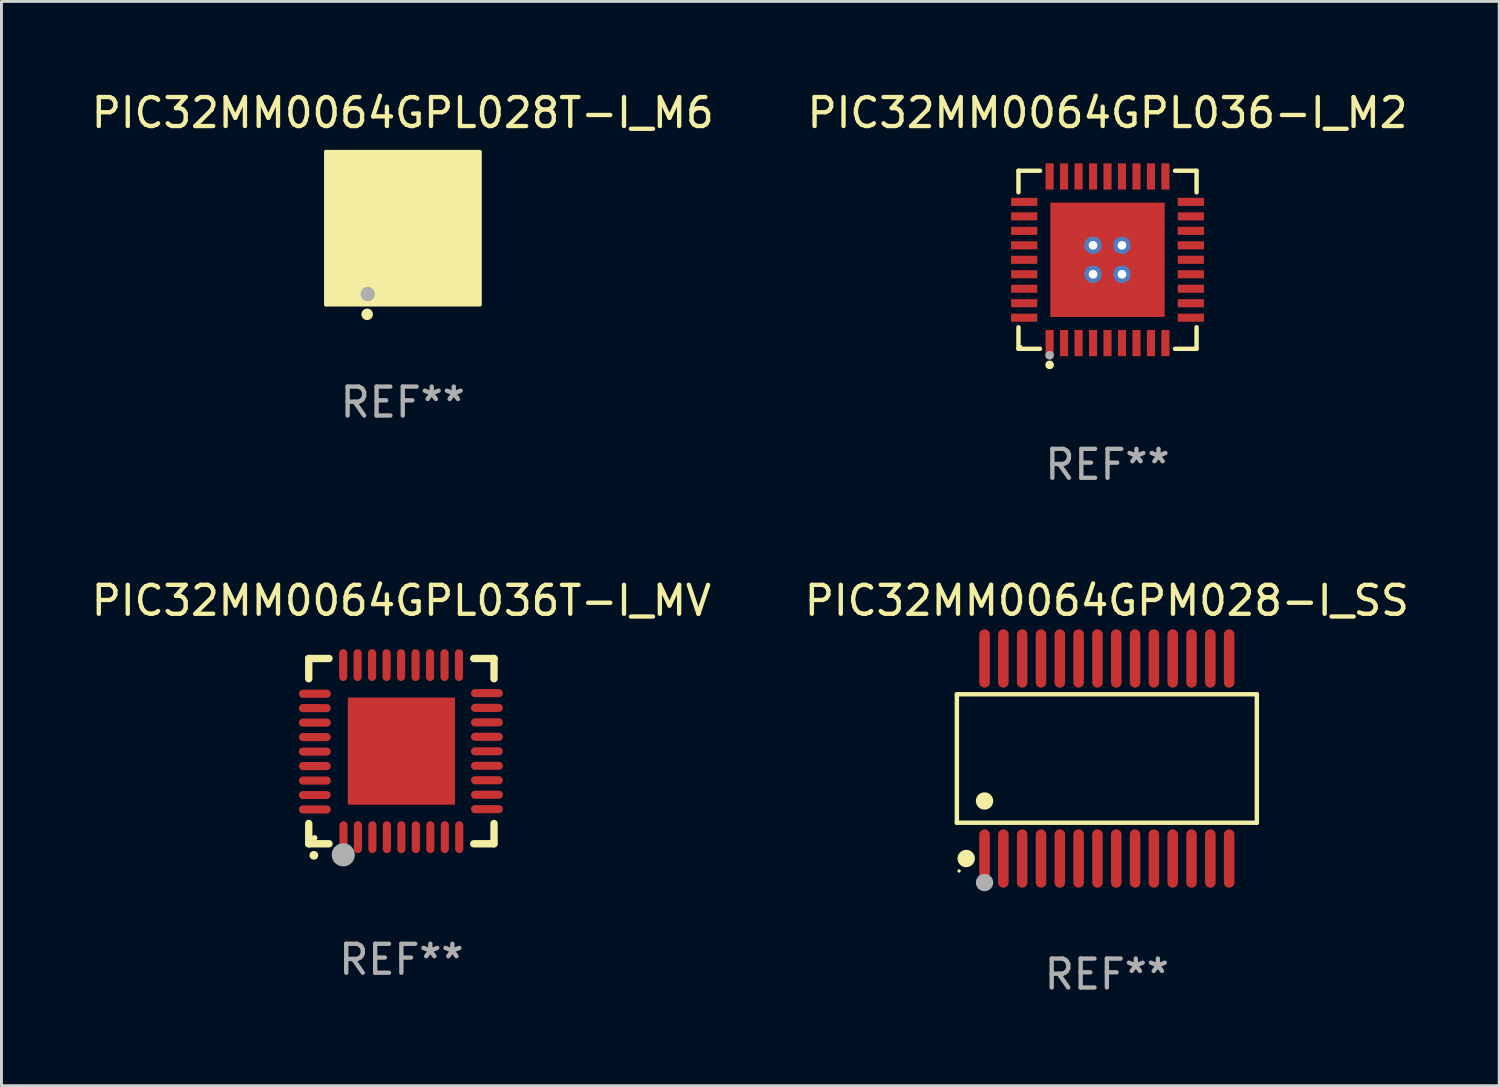
<source format=kicad_pcb>
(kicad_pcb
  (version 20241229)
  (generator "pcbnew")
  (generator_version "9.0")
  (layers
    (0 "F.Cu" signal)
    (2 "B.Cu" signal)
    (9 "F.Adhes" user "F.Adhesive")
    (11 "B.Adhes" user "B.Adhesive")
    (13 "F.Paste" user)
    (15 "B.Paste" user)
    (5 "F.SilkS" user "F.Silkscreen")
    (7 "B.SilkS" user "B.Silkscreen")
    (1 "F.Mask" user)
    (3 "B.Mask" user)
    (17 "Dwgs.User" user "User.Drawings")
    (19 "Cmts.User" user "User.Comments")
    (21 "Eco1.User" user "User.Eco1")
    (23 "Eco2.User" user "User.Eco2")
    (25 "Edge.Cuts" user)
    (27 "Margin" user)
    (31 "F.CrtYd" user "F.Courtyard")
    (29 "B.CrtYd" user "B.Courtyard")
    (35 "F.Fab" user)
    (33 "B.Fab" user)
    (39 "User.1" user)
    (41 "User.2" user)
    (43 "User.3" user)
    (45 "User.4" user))
  (footprint "PIC32MM0064GPL036T-I_MV"
    (layer "F.Cu")
    (at 10.815 22.897)
    (property "Reference" "PIC32MM0064GPL036T-I_MV" (at 0 -5.2 0) (layer "F.SilkS") (effects (font (size 1 1) (thickness 0.15))))
    (attr through_hole)
    (fp_line (start -3.2 -3.2) (end -2.5 -3.2) (stroke (width 0.254) (type solid)) (layer "F.SilkS"))
    (fp_line (start -3.2 -2.5) (end -3.2 -3.2) (stroke (width 0.254) (type solid)) (layer "F.SilkS"))
    (fp_line (start -3.2 3.2) (end -3.2 2.5) (stroke (width 0.254) (type solid)) (layer "F.SilkS"))
    (fp_line (start -2.5 3.2) (end -3.2 3.2) (stroke (width 0.254) (type solid)) (layer "F.SilkS"))
    (fp_line (start 3.2 -3.2) (end 2.5 -3.2) (stroke (width 0.254) (type solid)) (layer "F.SilkS"))
    (fp_line (start 3.2 -2.5) (end 3.2 -3.2) (stroke (width 0.254) (type solid)) (layer "F.SilkS"))
    (fp_line (start 3.2 2.5) (end 3.2 3.2) (stroke (width 0.254) (type solid)) (layer "F.SilkS"))
    (fp_line (start 3.2 3.2) (end 2.5 3.2) (stroke (width 0.254) (type solid)) (layer "F.SilkS"))
    (fp_arc (start -3.025146 3.599187) (mid -3.023876 3.599182) (end -3.022606 3.599187) (stroke (width 0.3) (type solid)) (layer "F.SilkS"))
    (fp_circle (center -3 3) (end -2.95 3) (stroke (width 0.1) (type solid)) (fill no) (layer "F.SilkS"))
    (fp_circle (center -2.007 3.582) (end -1.807 3.582) (stroke (width 0.4) (type solid)) (fill no) (layer "F.Fab"))
    (fp_text user "REF**" (at 0 7.2 0) (layer "F.Fab") (effects (font (size 1 1) (thickness 0.15))))
    (pad "1" smd oval (at -1.999 2.972) (size 0.28 1.1) (layers "F.Cu" "F.Mask" "F.Paste"))
    (pad "2" smd oval (at -1.501 2.972) (size 0.28 1.1) (layers "F.Cu" "F.Mask" "F.Paste"))
    (pad "3" smd oval (at -1.001 2.972) (size 0.28 1.1) (layers "F.Cu" "F.Mask" "F.Paste"))
    (pad "4" smd oval (at -0.501 2.972) (size 0.28 1.1) (layers "F.Cu" "F.Mask" "F.Paste"))
    (pad "5" smd oval (at 0.000102 2.972) (size 0.28 1.1) (layers "F.Cu" "F.Mask" "F.Paste"))
    (pad "6" smd oval (at 0.5 2.972) (size 0.28 1.1) (layers "F.Cu" "F.Mask" "F.Paste"))
    (pad "7" smd oval (at 1.001 2.972) (size 0.28 1.1) (layers "F.Cu" "F.Mask" "F.Paste"))
    (pad "8" smd oval (at 1.501 2.972) (size 0.28 1.1) (layers "F.Cu" "F.Mask" "F.Paste"))
    (pad "9" smd oval (at 1.999 2.972) (size 0.28 1.1) (layers "F.Cu" "F.Mask" "F.Paste"))
    (pad "10" smd oval (at 2.954 2.005) (size 1.1 0.28) (layers "F.Cu" "F.Mask" "F.Paste"))
    (pad "11" smd oval (at 2.954 1.507) (size 1.1 0.28) (layers "F.Cu" "F.Mask" "F.Paste"))
    (pad "12" smd oval (at 2.954 1.006) (size 1.1 0.28) (layers "F.Cu" "F.Mask" "F.Paste"))
    (pad "13" smd oval (at 2.954 0.506) (size 1.1 0.28) (layers "F.Cu" "F.Mask" "F.Paste"))
    (pad "14" smd oval (at 2.954 0.006) (size 1.1 0.28) (layers "F.Cu" "F.Mask" "F.Paste"))
    (pad "15" smd oval (at 2.954 -0.495) (size 1.1 0.28) (layers "F.Cu" "F.Mask" "F.Paste"))
    (pad "16" smd oval (at 2.954 -0.995) (size 1.1 0.28) (layers "F.Cu" "F.Mask" "F.Paste"))
    (pad "17" smd oval (at 2.954 -1.495) (size 1.1 0.28) (layers "F.Cu" "F.Mask" "F.Paste"))
    (pad "18" smd oval (at 2.954 -2.003) (size 1.1 0.28) (layers "F.Cu" "F.Mask" "F.Paste"))
    (pad "19" smd oval (at 1.989 -2.972) (size 0.28 1.1) (layers "F.Cu" "F.Mask" "F.Paste"))
    (pad "20" smd oval (at 1.491 -2.972) (size 0.28 1.1) (layers "F.Cu" "F.Mask" "F.Paste"))
    (pad "21" smd oval (at 0.99 -2.972) (size 0.28 1.1) (layers "F.Cu" "F.Mask" "F.Paste"))
    (pad "22" smd oval (at 0.49 -2.972) (size 0.28 1.1) (layers "F.Cu" "F.Mask" "F.Paste"))
    (pad "23" smd oval (at -0.01 -2.972) (size 0.28 1.1) (layers "F.Cu" "F.Mask" "F.Paste"))
    (pad "24" smd oval (at -0.511 -2.972) (size 0.28 1.1) (layers "F.Cu" "F.Mask" "F.Paste"))
    (pad "25" smd oval (at -1.011 -2.972) (size 0.28 1.1) (layers "F.Cu" "F.Mask" "F.Paste"))
    (pad "26" smd oval (at -1.511 -2.972) (size 0.28 1.1) (layers "F.Cu" "F.Mask" "F.Paste"))
    (pad "27" smd oval (at -2.009 -2.972) (size 0.28 1.1) (layers "F.Cu" "F.Mask" "F.Paste"))
    (pad "28" smd oval (at -2.99 -1.983) (size 1.1 0.28) (layers "F.Cu" "F.Mask" "F.Paste"))
    (pad "29" smd oval (at -2.99 -1.485) (size 1.1 0.28) (layers "F.Cu" "F.Mask" "F.Paste"))
    (pad "30" smd oval (at -2.99 -0.985) (size 1.1 0.28) (layers "F.Cu" "F.Mask" "F.Paste"))
    (pad "31" smd oval (at -2.99 -0.485) (size 1.1 0.28) (layers "F.Cu" "F.Mask" "F.Paste"))
    (pad "32" smd oval (at -2.99 0.016) (size 1.1 0.28) (layers "F.Cu" "F.Mask" "F.Paste"))
    (pad "33" smd oval (at -2.99 0.516) (size 1.1 0.28) (layers "F.Cu" "F.Mask" "F.Paste"))
    (pad "34" smd oval (at -2.99 1.017) (size 1.1 0.28) (layers "F.Cu" "F.Mask" "F.Paste"))
    (pad "35" smd oval (at -2.99 1.517) (size 1.1 0.28) (layers "F.Cu" "F.Mask" "F.Paste"))
    (pad "36" smd oval (at -2.99 2.015) (size 1.1 0.28) (layers "F.Cu" "F.Mask" "F.Paste"))
    (pad "37" smd rect (at 0.000102 0.000102) (size 3.7 3.7) (layers "F.Cu" "F.Mask" "F.Paste")))
  (footprint "PIC32MM0064GPL036-I_M2"
    (layer "F.Cu")
    (at 35.208 5.924)
    (property "Reference" "PIC32MM0064GPL036-I_M2" (at 0 -5.076 0) (layer "F.SilkS") (effects (font (size 1 1) (thickness 0.15))))
    (attr through_hole)
    (fp_line (start -3.076 -3.076) (end -2.331 -3.076) (stroke (width 0.152) (type solid)) (layer "F.SilkS"))
    (fp_line (start -3.076 -2.331) (end -3.076 -3.076) (stroke (width 0.152) (type solid)) (layer "F.SilkS"))
    (fp_line (start -3.076 2.331) (end -3.076 3.076) (stroke (width 0.152) (type solid)) (layer "F.SilkS"))
    (fp_line (start -3.076 3.076) (end -2.331 3.076) (stroke (width 0.152) (type solid)) (layer "F.SilkS"))
    (fp_line (start 3.076 -3.076) (end 2.331 -3.076) (stroke (width 0.152) (type solid)) (layer "F.SilkS"))
    (fp_line (start 3.076 -2.331) (end 3.076 -3.076) (stroke (width 0.152) (type solid)) (layer "F.SilkS"))
    (fp_line (start 3.076 2.331) (end 3.076 3.076) (stroke (width 0.152) (type solid)) (layer "F.SilkS"))
    (fp_line (start 3.076 3.076) (end 2.331 3.076) (stroke (width 0.152) (type solid)) (layer "F.SilkS"))
    (fp_circle (center -3 3) (end -2.97 3) (stroke (width 0.06) (type solid)) (fill no) (layer "F.SilkS"))
    (fp_circle (center -2 3.63) (end -1.925 3.63) (stroke (width 0.15) (type solid)) (fill no) (layer "F.SilkS"))
    (fp_circle (center -2 3.3) (end -1.925 3.3) (stroke (width 0.15) (type solid)) (fill no) (layer "F.Fab"))
    (fp_text user "REF**" (at 0 7.076 0) (layer "F.Fab") (effects (font (size 1 1) (thickness 0.15))))
    (pad "1" smd rect (at -2 2.878) (size 0.28 0.905) (layers "F.Cu" "F.Mask" "F.Paste"))
    (pad "2" smd rect (at -1.5 2.878) (size 0.28 0.905) (layers "F.Cu" "F.Mask" "F.Paste"))
    (pad "3" smd rect (at -1 2.878) (size 0.28 0.905) (layers "F.Cu" "F.Mask" "F.Paste"))
    (pad "4" smd rect (at -0.5 2.878) (size 0.28 0.905) (layers "F.Cu" "F.Mask" "F.Paste"))
    (pad "5" smd rect (at 0 2.878) (size 0.28 0.905) (layers "F.Cu" "F.Mask" "F.Paste"))
    (pad "6" smd rect (at 0.5 2.878) (size 0.28 0.905) (layers "F.Cu" "F.Mask" "F.Paste"))
    (pad "7" smd rect (at 1 2.878) (size 0.28 0.905) (layers "F.Cu" "F.Mask" "F.Paste"))
    (pad "8" smd rect (at 1.5 2.878) (size 0.28 0.905) (layers "F.Cu" "F.Mask" "F.Paste"))
    (pad "9" smd rect (at 2 2.878) (size 0.28 0.905) (layers "F.Cu" "F.Mask" "F.Paste"))
    (pad "10" smd rect (at 2.878 2) (size 0.905 0.28) (layers "F.Cu" "F.Mask" "F.Paste"))
    (pad "11" smd rect (at 2.878 1.5) (size 0.905 0.28) (layers "F.Cu" "F.Mask" "F.Paste"))
    (pad "12" smd rect (at 2.878 1) (size 0.905 0.28) (layers "F.Cu" "F.Mask" "F.Paste"))
    (pad "13" smd rect (at 2.878 0.5) (size 0.905 0.28) (layers "F.Cu" "F.Mask" "F.Paste"))
    (pad "14" smd rect (at 2.878 0) (size 0.905 0.28) (layers "F.Cu" "F.Mask" "F.Paste"))
    (pad "15" smd rect (at 2.878 -0.5) (size 0.905 0.28) (layers "F.Cu" "F.Mask" "F.Paste"))
    (pad "16" smd rect (at 2.878 -1) (size 0.905 0.28) (layers "F.Cu" "F.Mask" "F.Paste"))
    (pad "17" smd rect (at 2.878 -1.5) (size 0.905 0.28) (layers "F.Cu" "F.Mask" "F.Paste"))
    (pad "18" smd rect (at 2.878 -2) (size 0.905 0.28) (layers "F.Cu" "F.Mask" "F.Paste"))
    (pad "19" smd rect (at 2 -2.878) (size 0.28 0.905) (layers "F.Cu" "F.Mask" "F.Paste"))
    (pad "20" smd rect (at 1.5 -2.878) (size 0.28 0.905) (layers "F.Cu" "F.Mask" "F.Paste"))
    (pad "21" smd rect (at 1 -2.878) (size 0.28 0.905) (layers "F.Cu" "F.Mask" "F.Paste"))
    (pad "22" smd rect (at 0.5 -2.878) (size 0.28 0.905) (layers "F.Cu" "F.Mask" "F.Paste"))
    (pad "23" smd rect (at 0 -2.878) (size 0.28 0.905) (layers "F.Cu" "F.Mask" "F.Paste"))
    (pad "24" smd rect (at -0.5 -2.878) (size 0.28 0.905) (layers "F.Cu" "F.Mask" "F.Paste"))
    (pad "25" smd rect (at -1 -2.878) (size 0.28 0.905) (layers "F.Cu" "F.Mask" "F.Paste"))
    (pad "26" smd rect (at -1.5 -2.878) (size 0.28 0.905) (layers "F.Cu" "F.Mask" "F.Paste"))
    (pad "27" smd rect (at -2 -2.878) (size 0.28 0.905) (layers "F.Cu" "F.Mask" "F.Paste"))
    (pad "28" smd rect (at -2.878 -2) (size 0.905 0.28) (layers "F.Cu" "F.Mask" "F.Paste"))
    (pad "29" smd rect (at -2.878 -1.5) (size 0.905 0.28) (layers "F.Cu" "F.Mask" "F.Paste"))
    (pad "30" smd rect (at -2.878 -1) (size 0.905 0.28) (layers "F.Cu" "F.Mask" "F.Paste"))
    (pad "31" smd rect (at -2.878 -0.5) (size 0.905 0.28) (layers "F.Cu" "F.Mask" "F.Paste"))
    (pad "32" smd rect (at -2.878 0) (size 0.905 0.28) (layers "F.Cu" "F.Mask" "F.Paste"))
    (pad "33" smd rect (at -2.878 0.5) (size 0.905 0.28) (layers "F.Cu" "F.Mask" "F.Paste"))
    (pad "34" smd rect (at -2.878 1) (size 0.905 0.28) (layers "F.Cu" "F.Mask" "F.Paste"))
    (pad "35" smd rect (at -2.878 1.5) (size 0.905 0.28) (layers "F.Cu" "F.Mask" "F.Paste"))
    (pad "36" smd rect (at -2.878 2) (size 0.905 0.28) (layers "F.Cu" "F.Mask" "F.Paste"))
    (pad "37" thru_hole circle (at -0.5 -0.5) (size 0.6 0.6) (drill 0.3) (layers "*.Cu" "*.Mask"))
    (pad "37" thru_hole circle (at -0.5 0.5) (size 0.6 0.6) (drill 0.3) (layers "*.Cu" "*.Mask"))
    (pad "37" smd rect (at 0 0) (size 3.95 3.95) (layers "F.Cu" "F.Mask" "F.Paste"))
    (pad "37" thru_hole circle (at 0.5 -0.5) (size 0.6 0.6) (drill 0.3) (layers "*.Cu" "*.Mask"))
    (pad "37" thru_hole circle (at 0.5 0.5) (size 0.6 0.6) (drill 0.3) (layers "*.Cu" "*.Mask")))
  (footprint "PIC32MM0064GPL028T-I_M6"
    (layer "F.Cu")
    (at 10.863 4.848)
    (property "Reference" "PIC32MM0064GPL028T-I_M6" (at 0 -4 0) (layer "F.SilkS") (effects (font (size 1 1) (thickness 0.15))))
    (attr through_hole)
    (fp_circle (center -2 2) (end -1.97 2) (stroke (width 0.06) (type solid)) (fill no) (layer "F.SilkS"))
    (fp_circle (center -1.23 2.96) (end -1.13 2.96) (stroke (width 0.2) (type solid)) (fill no) (layer "F.SilkS"))
    (fp_poly (pts (xy -2.66 -2.66) (xy 2.67 -2.66) (xy 2.67 2.63) (xy -2.66 2.63)) (stroke (width 0.12) (type solid)) (fill yes) (layer "F.SilkS"))
    (fp_circle (center -1.21 2.26) (end -1.085 2.26) (stroke (width 0.25) (type solid)) (fill no) (layer "F.Fab"))
    (fp_text user "REF**" (at 0 6 0) (layer "F.Fab") (effects (font (size 1 1) (thickness 0.15))))
    (pad "1" smd rect (at -1.2 2 180) (size 0.2 0.85) (layers "F.Cu" "F.Mask" "F.Paste"))
    (pad "2" smd rect (at -0.8 2 180) (size 0.2 0.85) (layers "F.Cu" "F.Mask" "F.Paste"))
    (pad "3" smd rect (at -0.4 2 180) (size 0.2 0.85) (layers "F.Cu" "F.Mask" "F.Paste"))
    (pad "4" smd rect (at -0.000025 2 180) (size 0.2 0.85) (layers "F.Cu" "F.Mask" "F.Paste"))
    (pad "5" smd rect (at 0.4 2 180) (size 0.2 0.85) (layers "F.Cu" "F.Mask" "F.Paste"))
    (pad "6" smd rect (at 0.8 2 180) (size 0.2 0.85) (layers "F.Cu" "F.Mask" "F.Paste"))
    (pad "7" smd rect (at 1.2 2 180) (size 0.2 0.85) (layers "F.Cu" "F.Mask" "F.Paste"))
    (pad "8" smd rect (at 2 1.2 270) (size 0.2 0.85) (layers "F.Cu" "F.Mask" "F.Paste"))
    (pad "9" smd rect (at 2 0.8 270) (size 0.2 0.85) (layers "F.Cu" "F.Mask" "F.Paste"))
    (pad "10" smd rect (at 2 0.4 270) (size 0.2 0.85) (layers "F.Cu" "F.Mask" "F.Paste"))
    (pad "11" smd rect (at 2 -0.000025 270) (size 0.2 0.85) (layers "F.Cu" "F.Mask" "F.Paste"))
    (pad "12" smd rect (at 2 -0.4 270) (size 0.2 0.85) (layers "F.Cu" "F.Mask" "F.Paste"))
    (pad "13" smd rect (at 2 -0.8 270) (size 0.2 0.85) (layers "F.Cu" "F.Mask" "F.Paste"))
    (pad "14" smd rect (at 2 -1.2 270) (size 0.2 0.85) (layers "F.Cu" "F.Mask" "F.Paste"))
    (pad "15" smd rect (at 1.2 -2) (size 0.2 0.85) (layers "F.Cu" "F.Mask" "F.Paste"))
    (pad "16" smd rect (at 0.8 -2) (size 0.2 0.85) (layers "F.Cu" "F.Mask" "F.Paste"))
    (pad "17" smd rect (at 0.4 -2) (size 0.2 0.85) (layers "F.Cu" "F.Mask" "F.Paste"))
    (pad "18" smd rect (at -0.000051 -2) (size 0.2 0.85) (layers "F.Cu" "F.Mask" "F.Paste"))
    (pad "19" smd rect (at -0.4 -2) (size 0.2 0.85) (layers "F.Cu" "F.Mask" "F.Paste"))
    (pad "20" smd rect (at -0.8 -2) (size 0.2 0.85) (layers "F.Cu" "F.Mask" "F.Paste"))
    (pad "21" smd rect (at -1.2 -2) (size 0.2 0.85) (layers "F.Cu" "F.Mask" "F.Paste"))
    (pad "22" smd rect (at -2 -1.2 90) (size 0.2 0.85) (layers "F.Cu" "F.Mask" "F.Paste"))
    (pad "23" smd rect (at -2 -0.8 90) (size 0.2 0.85) (layers "F.Cu" "F.Mask" "F.Paste"))
    (pad "24" smd rect (at -2 -0.4 90) (size 0.2 0.85) (layers "F.Cu" "F.Mask" "F.Paste"))
    (pad "25" smd rect (at -2 -0.000025 90) (size 0.2 0.85) (layers "F.Cu" "F.Mask" "F.Paste"))
    (pad "26" smd rect (at -2 0.4 90) (size 0.2 0.85) (layers "F.Cu" "F.Mask" "F.Paste"))
    (pad "27" smd rect (at -2 0.8 90) (size 0.2 0.85) (layers "F.Cu" "F.Mask" "F.Paste"))
    (pad "28" smd rect (at -2 1.2 90) (size 0.2 0.85) (layers "F.Cu" "F.Mask" "F.Paste"))
    (pad "29" smd rect (at -1.95 -1.95 90) (size 0.78 0.78) (layers "F.Cu" "F.Mask" "F.Paste"))
    (pad "29" smd rect (at -1.95 1.95 90) (size 0.78 0.78) (layers "F.Cu" "F.Mask" "F.Paste"))
    (pad "29" smd rect (at 0.000254 0 90) (size 2 2) (layers "F.Cu" "F.Mask" "F.Paste"))
    (pad "29" smd rect (at 1.95 -1.95 90) (size 0.78 0.78) (layers "F.Cu" "F.Mask" "F.Paste"))
    (pad "29" smd rect (at 1.95 1.95 90) (size 0.78 0.78) (layers "F.Cu" "F.Mask" "F.Paste")))
  (footprint "PIC32MM0064GPM028-I_SS"
    (layer "F.Cu")
    (at 35.185 23.152)
    (property "Reference" "PIC32MM0064GPM028-I_SS" (at 0 -5.455 0) (layer "F.SilkS") (effects (font (size 1 1) (thickness 0.15))))
    (attr through_hole)
    (fp_line (start -5.181 -2.219) (end 5.181 -2.219) (stroke (width 0.152) (type solid)) (layer "F.SilkS"))
    (fp_line (start -5.181 2.219) (end -5.181 -2.219) (stroke (width 0.152) (type solid)) (layer "F.SilkS"))
    (fp_line (start 5.181 -2.219) (end 5.181 2.219) (stroke (width 0.152) (type solid)) (layer "F.SilkS"))
    (fp_line (start 5.181 2.219) (end -5.181 2.219) (stroke (width 0.152) (type solid)) (layer "F.SilkS"))
    (fp_circle (center -5.105 3.885) (end -5.075 3.885) (stroke (width 0.06) (type solid)) (fill no) (layer "F.SilkS"))
    (fp_circle (center -4.859 3.455) (end -4.709 3.455) (stroke (width 0.3) (type solid)) (fill no) (layer "F.SilkS"))
    (fp_circle (center -4.225 1.467) (end -4.075 1.467) (stroke (width 0.3) (type solid)) (fill no) (layer "F.SilkS"))
    (fp_circle (center -4.225 4.285) (end -4.075 4.285) (stroke (width 0.3) (type solid)) (fill no) (layer "F.Fab"))
    (fp_text user "REF**" (at 0 7.455 0) (layer "F.Fab") (effects (font (size 1 1) (thickness 0.15))))
    (pad "1" smd oval (at -4.225 3.455) (size 0.364 2.015) (layers "F.Cu" "F.Mask" "F.Paste"))
    (pad "2" smd oval (at -3.575 3.455) (size 0.364 2.015) (layers "F.Cu" "F.Mask" "F.Paste"))
    (pad "3" smd oval (at -2.925 3.455) (size 0.364 2.015) (layers "F.Cu" "F.Mask" "F.Paste"))
    (pad "4" smd oval (at -2.275 3.455) (size 0.364 2.015) (layers "F.Cu" "F.Mask" "F.Paste"))
    (pad "5" smd oval (at -1.625 3.455) (size 0.364 2.015) (layers "F.Cu" "F.Mask" "F.Paste"))
    (pad "6" smd oval (at -0.975 3.455) (size 0.364 2.015) (layers "F.Cu" "F.Mask" "F.Paste"))
    (pad "7" smd oval (at -0.325 3.455) (size 0.364 2.015) (layers "F.Cu" "F.Mask" "F.Paste"))
    (pad "8" smd oval (at 0.325 3.455) (size 0.364 2.015) (layers "F.Cu" "F.Mask" "F.Paste"))
    (pad "9" smd oval (at 0.975 3.455) (size 0.364 2.015) (layers "F.Cu" "F.Mask" "F.Paste"))
    (pad "10" smd oval (at 1.625 3.455) (size 0.364 2.015) (layers "F.Cu" "F.Mask" "F.Paste"))
    (pad "11" smd oval (at 2.275 3.455) (size 0.364 2.015) (layers "F.Cu" "F.Mask" "F.Paste"))
    (pad "12" smd oval (at 2.925 3.455) (size 0.364 2.015) (layers "F.Cu" "F.Mask" "F.Paste"))
    (pad "13" smd oval (at 3.575 3.455) (size 0.364 2.015) (layers "F.Cu" "F.Mask" "F.Paste"))
    (pad "14" smd oval (at 4.225 3.455) (size 0.364 2.015) (layers "F.Cu" "F.Mask" "F.Paste"))
    (pad "15" smd oval (at 4.225 -3.455) (size 0.364 2.015) (layers "F.Cu" "F.Mask" "F.Paste"))
    (pad "16" smd oval (at 3.575 -3.455) (size 0.364 2.015) (layers "F.Cu" "F.Mask" "F.Paste"))
    (pad "17" smd oval (at 2.925 -3.455) (size 0.364 2.015) (layers "F.Cu" "F.Mask" "F.Paste"))
    (pad "18" smd oval (at 2.275 -3.455) (size 0.364 2.015) (layers "F.Cu" "F.Mask" "F.Paste"))
    (pad "19" smd oval (at 1.625 -3.455) (size 0.364 2.015) (layers "F.Cu" "F.Mask" "F.Paste"))
    (pad "20" smd oval (at 0.975 -3.455) (size 0.364 2.015) (layers "F.Cu" "F.Mask" "F.Paste"))
    (pad "21" smd oval (at 0.325 -3.455) (size 0.364 2.015) (layers "F.Cu" "F.Mask" "F.Paste"))
    (pad "22" smd oval (at -0.325 -3.455) (size 0.364 2.015) (layers "F.Cu" "F.Mask" "F.Paste"))
    (pad "23" smd oval (at -0.975 -3.455) (size 0.364 2.015) (layers "F.Cu" "F.Mask" "F.Paste"))
    (pad "24" smd oval (at -1.625 -3.455) (size 0.364 2.015) (layers "F.Cu" "F.Mask" "F.Paste"))
    (pad "25" smd oval (at -2.275 -3.455) (size 0.364 2.015) (layers "F.Cu" "F.Mask" "F.Paste"))
    (pad "26" smd oval (at -2.925 -3.455) (size 0.364 2.015) (layers "F.Cu" "F.Mask" "F.Paste"))
    (pad "27" smd oval (at -3.575 -3.455) (size 0.364 2.015) (layers "F.Cu" "F.Mask" "F.Paste"))
    (pad "28" smd oval (at -4.225 -3.455) (size 0.364 2.015) (layers "F.Cu" "F.Mask" "F.Paste")))
  (gr_rect
    (start -3 -3)
    (end 48.738 34.456)
    (stroke (width 0.1) (type default))
    (fill no)
    (layer "Edge.Cuts")))
</source>
